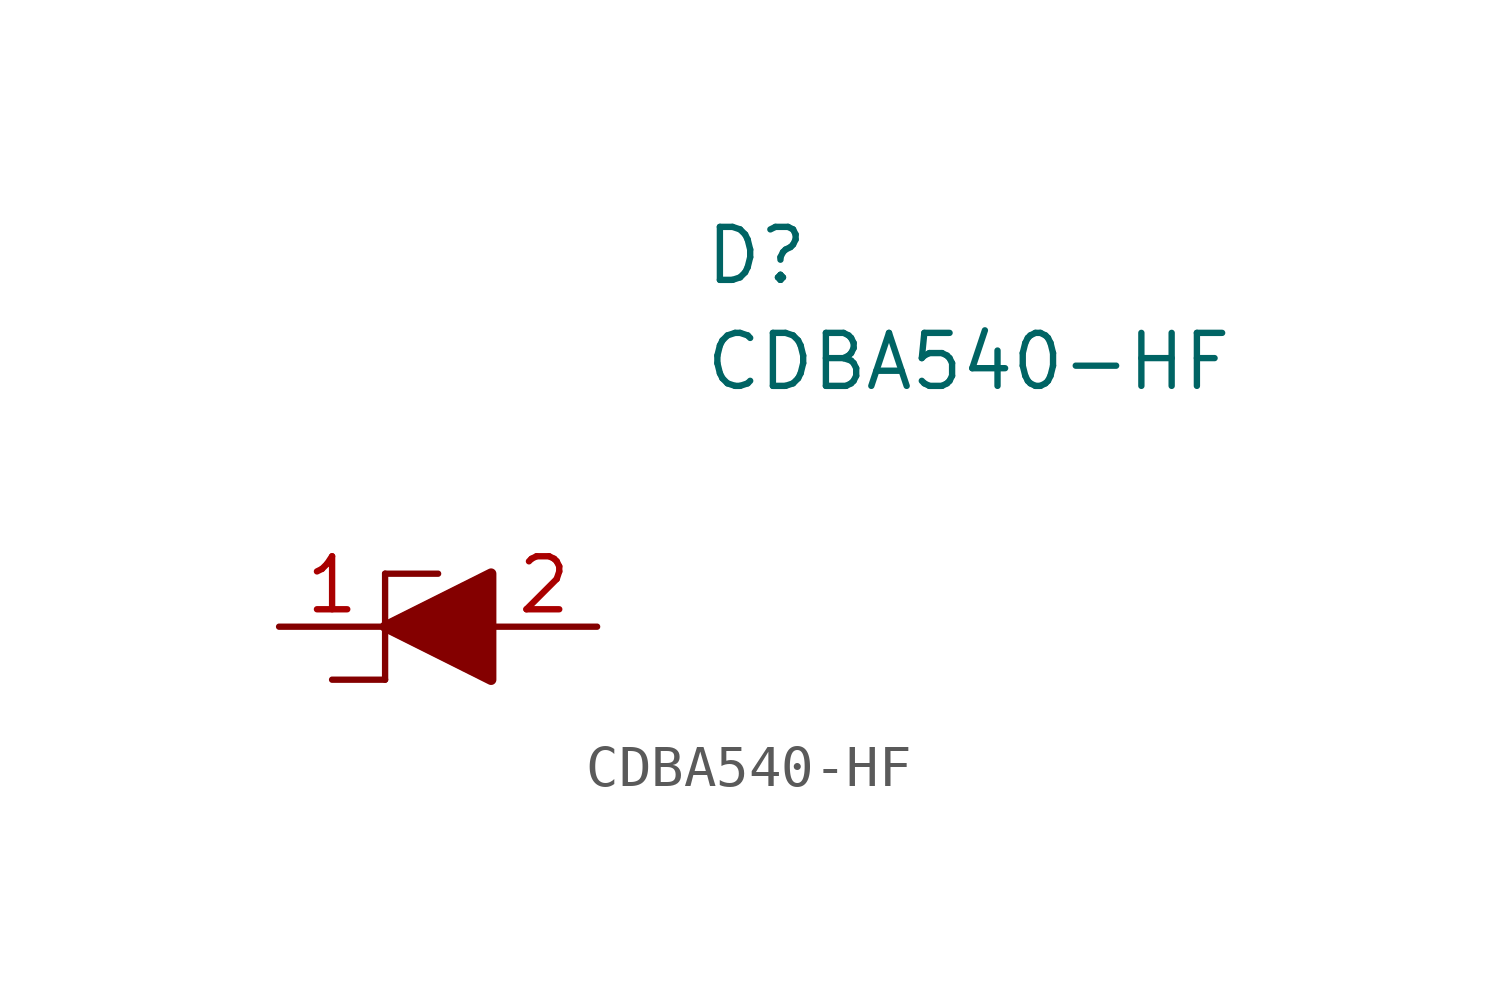
<source format=kicad_sym>
(kicad_symbol_lib
  (version 20211014)
  (generator kicad_symbol_editor)
  (symbol "CDBA540-HF"
    (pin_names
      (offset 0.762))
    (property "Reference" "D"
      (at 12.7 8.89 0)
      (effects (font (size 1.27 1.27)) (justify left)))
    (property "Value" "CDBA540-HF"
      (at 12.7 6.35 0)
      (effects (font (size 1.27 1.27)) (justify left)))
    (symbol "CDBA540-HF_0_0"
      (pin passive line (at 2.54 0 0) (length 2.54) (name "~" (effects (font (size 1.27 1.27)))) (number "1" (effects (font (size 1.27 1.27)))))
      (pin passive line (at 10.16 0 180) (length 2.54) (name "~" (effects (font (size 1.27 1.27)))) (number "2" (effects (font (size 1.27 1.27))))))
    (symbol "CDBA540-HF_0_1"
      (polyline (pts (xy 5.08 -1.27) (xy 3.81 -1.27)) (stroke (width 0) (type default) (color 0 0 0 0)) (fill (type none)))
      (polyline (pts (xy 5.08 1.27) (xy 5.08 -1.27)) (stroke (width 0.152) (type default) (color 0 0 0 0)) (fill (type none)))
      (polyline (pts (xy 5.08 1.27) (xy 6.35 1.27)) (stroke (width 0) (type default) (color 0 0 0 0)) (fill (type none)))
      (polyline (pts (xy 5.08 0) (xy 7.62 1.27) (xy 7.62 -1.27) (xy 5.08 0)) (stroke (width 0.254) (type default) (color 0 0 0 0)) (fill (type outline))))))
</source>
